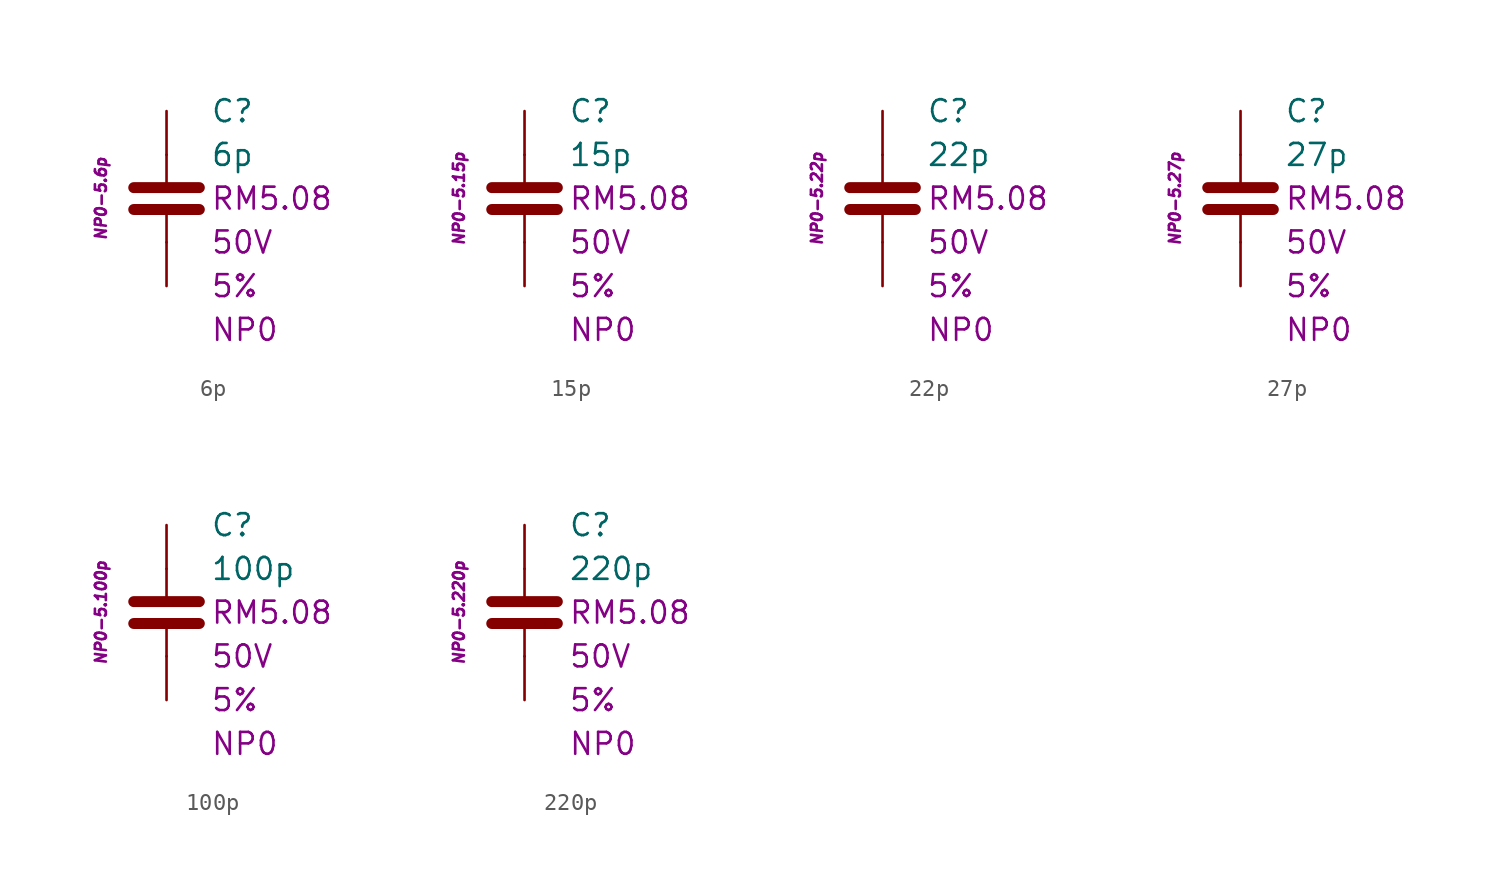
<source format=kicad_sym>
(kicad_symbol_lib
  (version 20231120)
  (generator "kicad_symbol_editor")
  (generator_version "8.0")
  (symbol "6p"
    (pin_numbers hide)
    (pin_names
      (offset 1.016) hide)
    (property "Reference" "C"
      (at 2.54 5.08 0)
      (effects (font (size 1.27 1.27)) (justify left)))
    (property "Value" "6p"
      (at 2.54 2.54 0)
      (effects (font (size 1.27 1.27)) (justify left)))
    (property "Package" "RM5.08"
      (at 2.54 0 0)
      (effects (font (size 1.27 1.27)) (justify left)))
    (property "Voltage" "50V"
      (at 2.54 -2.54 0)
      (effects (font (size 1.27 1.27)) (justify left)))
    (property "Tolerance" "5%"
      (at 2.54 -5.08 0)
      (effects (font (size 1.27 1.27)) (justify left)))
    (property "Dielectric" "NP0"
      (at 2.54 -7.62 0)
      (effects (font (size 1.27 1.27)) (justify left)))
    (property "MPN" "NP0-5.6p"
      (at -3.81 0 90)
      (effects (font (size 0.635 0.635) (italic yes))))
    (symbol "6p_0_1"
      (polyline (pts (xy -1.905 -0.635) (xy 1.905 -0.635)) (stroke (width 0.635) (type default)) (fill (type none)))
      (polyline (pts (xy -1.905 0.635) (xy 1.905 0.635)) (stroke (width 0.635) (type default)) (fill (type none)))
      (polyline (pts (xy 0 -2.54) (xy 0 -0.635)) (stroke (width 0.152) (type default)) (fill (type none)))
      (polyline (pts (xy 0 0.635) (xy 0 2.54)) (stroke (width 0.152) (type default)) (fill (type none))))
    (symbol "6p_1_1"
      (pin passive line (at 0 5.08 270) (length 2.54) (name "~" (effects (font (size 1.778 1.778)))) (number "1" (effects (font (size 1.778 1.778)))))
      (pin passive line (at 0 -5.08 90) (length 2.54) (name "~" (effects (font (size 1.778 1.778)))) (number "2" (effects (font (size 1.778 1.778)))))))
  (symbol "15p"
    (pin_numbers hide)
    (pin_names
      (offset 1.016) hide)
    (property "Reference" "C"
      (at 2.54 5.08 0)
      (effects (font (size 1.27 1.27)) (justify left)))
    (property "Value" "15p"
      (at 2.54 2.54 0)
      (effects (font (size 1.27 1.27)) (justify left)))
    (property "Package" "RM5.08"
      (at 2.54 0 0)
      (effects (font (size 1.27 1.27)) (justify left)))
    (property "Voltage" "50V"
      (at 2.54 -2.54 0)
      (effects (font (size 1.27 1.27)) (justify left)))
    (property "Tolerance" "5%"
      (at 2.54 -5.08 0)
      (effects (font (size 1.27 1.27)) (justify left)))
    (property "Dielectric" "NP0"
      (at 2.54 -7.62 0)
      (effects (font (size 1.27 1.27)) (justify left)))
    (property "MPN" "NP0-5.15p"
      (at -3.81 0 90)
      (effects (font (size 0.635 0.635) (italic yes))))
    (symbol "15p_0_1"
      (polyline (pts (xy -1.905 -0.635) (xy 1.905 -0.635)) (stroke (width 0.635) (type default)) (fill (type none)))
      (polyline (pts (xy -1.905 0.635) (xy 1.905 0.635)) (stroke (width 0.635) (type default)) (fill (type none)))
      (polyline (pts (xy 0 -2.54) (xy 0 -0.635)) (stroke (width 0.152) (type default)) (fill (type none)))
      (polyline (pts (xy 0 0.635) (xy 0 2.54)) (stroke (width 0.152) (type default)) (fill (type none))))
    (symbol "15p_1_1"
      (pin passive line (at 0 5.08 270) (length 2.54) (name "~" (effects (font (size 1.778 1.778)))) (number "1" (effects (font (size 1.778 1.778)))))
      (pin passive line (at 0 -5.08 90) (length 2.54) (name "~" (effects (font (size 1.778 1.778)))) (number "2" (effects (font (size 1.778 1.778)))))))
  (symbol "22p"
    (pin_numbers hide)
    (pin_names
      (offset 1.016) hide)
    (property "Reference" "C"
      (at 2.54 5.08 0)
      (effects (font (size 1.27 1.27)) (justify left)))
    (property "Value" "22p"
      (at 2.54 2.54 0)
      (effects (font (size 1.27 1.27)) (justify left)))
    (property "Package" "RM5.08"
      (at 2.54 0 0)
      (effects (font (size 1.27 1.27)) (justify left)))
    (property "Voltage" "50V"
      (at 2.54 -2.54 0)
      (effects (font (size 1.27 1.27)) (justify left)))
    (property "Tolerance" "5%"
      (at 2.54 -5.08 0)
      (effects (font (size 1.27 1.27)) (justify left)))
    (property "Dielectric" "NP0"
      (at 2.54 -7.62 0)
      (effects (font (size 1.27 1.27)) (justify left)))
    (property "MPN" "NP0-5.22p"
      (at -3.81 0 90)
      (effects (font (size 0.635 0.635) (italic yes))))
    (symbol "22p_0_1"
      (polyline (pts (xy -1.905 -0.635) (xy 1.905 -0.635)) (stroke (width 0.635) (type default)) (fill (type none)))
      (polyline (pts (xy -1.905 0.635) (xy 1.905 0.635)) (stroke (width 0.635) (type default)) (fill (type none)))
      (polyline (pts (xy 0 -2.54) (xy 0 -0.635)) (stroke (width 0.152) (type default)) (fill (type none)))
      (polyline (pts (xy 0 0.635) (xy 0 2.54)) (stroke (width 0.152) (type default)) (fill (type none))))
    (symbol "22p_1_1"
      (pin passive line (at 0 5.08 270) (length 2.54) (name "~" (effects (font (size 1.778 1.778)))) (number "1" (effects (font (size 1.778 1.778)))))
      (pin passive line (at 0 -5.08 90) (length 2.54) (name "~" (effects (font (size 1.778 1.778)))) (number "2" (effects (font (size 1.778 1.778)))))))
  (symbol "27p"
    (pin_numbers hide)
    (pin_names
      (offset 1.016) hide)
    (property "Reference" "C"
      (at 2.54 5.08 0)
      (effects (font (size 1.27 1.27)) (justify left)))
    (property "Value" "27p"
      (at 2.54 2.54 0)
      (effects (font (size 1.27 1.27)) (justify left)))
    (property "Package" "RM5.08"
      (at 2.54 0 0)
      (effects (font (size 1.27 1.27)) (justify left)))
    (property "Voltage" "50V"
      (at 2.54 -2.54 0)
      (effects (font (size 1.27 1.27)) (justify left)))
    (property "Tolerance" "5%"
      (at 2.54 -5.08 0)
      (effects (font (size 1.27 1.27)) (justify left)))
    (property "Dielectric" "NP0"
      (at 2.54 -7.62 0)
      (effects (font (size 1.27 1.27)) (justify left)))
    (property "MPN" "NP0-5.27p"
      (at -3.81 0 90)
      (effects (font (size 0.635 0.635) (italic yes))))
    (symbol "27p_0_1"
      (polyline (pts (xy -1.905 -0.635) (xy 1.905 -0.635)) (stroke (width 0.635) (type default)) (fill (type none)))
      (polyline (pts (xy -1.905 0.635) (xy 1.905 0.635)) (stroke (width 0.635) (type default)) (fill (type none)))
      (polyline (pts (xy 0 -2.54) (xy 0 -0.635)) (stroke (width 0.152) (type default)) (fill (type none)))
      (polyline (pts (xy 0 0.635) (xy 0 2.54)) (stroke (width 0.152) (type default)) (fill (type none))))
    (symbol "27p_1_1"
      (pin passive line (at 0 5.08 270) (length 2.54) (name "~" (effects (font (size 1.778 1.778)))) (number "1" (effects (font (size 1.778 1.778)))))
      (pin passive line (at 0 -5.08 90) (length 2.54) (name "~" (effects (font (size 1.778 1.778)))) (number "2" (effects (font (size 1.778 1.778)))))))
  (symbol "100p"
    (pin_numbers hide)
    (pin_names
      (offset 1.016) hide)
    (property "Reference" "C"
      (at 2.54 5.08 0)
      (effects (font (size 1.27 1.27)) (justify left)))
    (property "Value" "100p"
      (at 2.54 2.54 0)
      (effects (font (size 1.27 1.27)) (justify left)))
    (property "Package" "RM5.08"
      (at 2.54 0 0)
      (effects (font (size 1.27 1.27)) (justify left)))
    (property "Voltage" "50V"
      (at 2.54 -2.54 0)
      (effects (font (size 1.27 1.27)) (justify left)))
    (property "Tolerance" "5%"
      (at 2.54 -5.08 0)
      (effects (font (size 1.27 1.27)) (justify left)))
    (property "Dielectric" "NP0"
      (at 2.54 -7.62 0)
      (effects (font (size 1.27 1.27)) (justify left)))
    (property "MPN" "NP0-5.100p"
      (at -3.81 0 90)
      (effects (font (size 0.635 0.635) (italic yes))))
    (symbol "100p_0_1"
      (polyline (pts (xy -1.905 -0.635) (xy 1.905 -0.635)) (stroke (width 0.635) (type default)) (fill (type none)))
      (polyline (pts (xy -1.905 0.635) (xy 1.905 0.635)) (stroke (width 0.635) (type default)) (fill (type none)))
      (polyline (pts (xy 0 -2.54) (xy 0 -0.635)) (stroke (width 0.152) (type default)) (fill (type none)))
      (polyline (pts (xy 0 0.635) (xy 0 2.54)) (stroke (width 0.152) (type default)) (fill (type none))))
    (symbol "100p_1_1"
      (pin passive line (at 0 5.08 270) (length 2.54) (name "~" (effects (font (size 1.778 1.778)))) (number "1" (effects (font (size 1.778 1.778)))))
      (pin passive line (at 0 -5.08 90) (length 2.54) (name "~" (effects (font (size 1.778 1.778)))) (number "2" (effects (font (size 1.778 1.778)))))))
  (symbol "220p"
    (pin_numbers hide)
    (pin_names
      (offset 1.016) hide)
    (property "Reference" "C"
      (at 2.54 5.08 0)
      (effects (font (size 1.27 1.27)) (justify left)))
    (property "Value" "220p"
      (at 2.54 2.54 0)
      (effects (font (size 1.27 1.27)) (justify left)))
    (property "Package" "RM5.08"
      (at 2.54 0 0)
      (effects (font (size 1.27 1.27)) (justify left)))
    (property "Voltage" "50V"
      (at 2.54 -2.54 0)
      (effects (font (size 1.27 1.27)) (justify left)))
    (property "Tolerance" "5%"
      (at 2.54 -5.08 0)
      (effects (font (size 1.27 1.27)) (justify left)))
    (property "Dielectric" "NP0"
      (at 2.54 -7.62 0)
      (effects (font (size 1.27 1.27)) (justify left)))
    (property "MPN" "NP0-5.220p"
      (at -3.81 0 90)
      (effects (font (size 0.635 0.635) (italic yes))))
    (symbol "220p_0_1"
      (polyline (pts (xy -1.905 -0.635) (xy 1.905 -0.635)) (stroke (width 0.635) (type default)) (fill (type none)))
      (polyline (pts (xy -1.905 0.635) (xy 1.905 0.635)) (stroke (width 0.635) (type default)) (fill (type none)))
      (polyline (pts (xy 0 -2.54) (xy 0 -0.635)) (stroke (width 0.152) (type default)) (fill (type none)))
      (polyline (pts (xy 0 0.635) (xy 0 2.54)) (stroke (width 0.152) (type default)) (fill (type none))))
    (symbol "220p_1_1"
      (pin passive line (at 0 5.08 270) (length 2.54) (name "~" (effects (font (size 1.778 1.778)))) (number "1" (effects (font (size 1.778 1.778)))))
      (pin passive line (at 0 -5.08 90) (length 2.54) (name "~" (effects (font (size 1.778 1.778)))) (number "2" (effects (font (size 1.778 1.778))))))))
</source>
